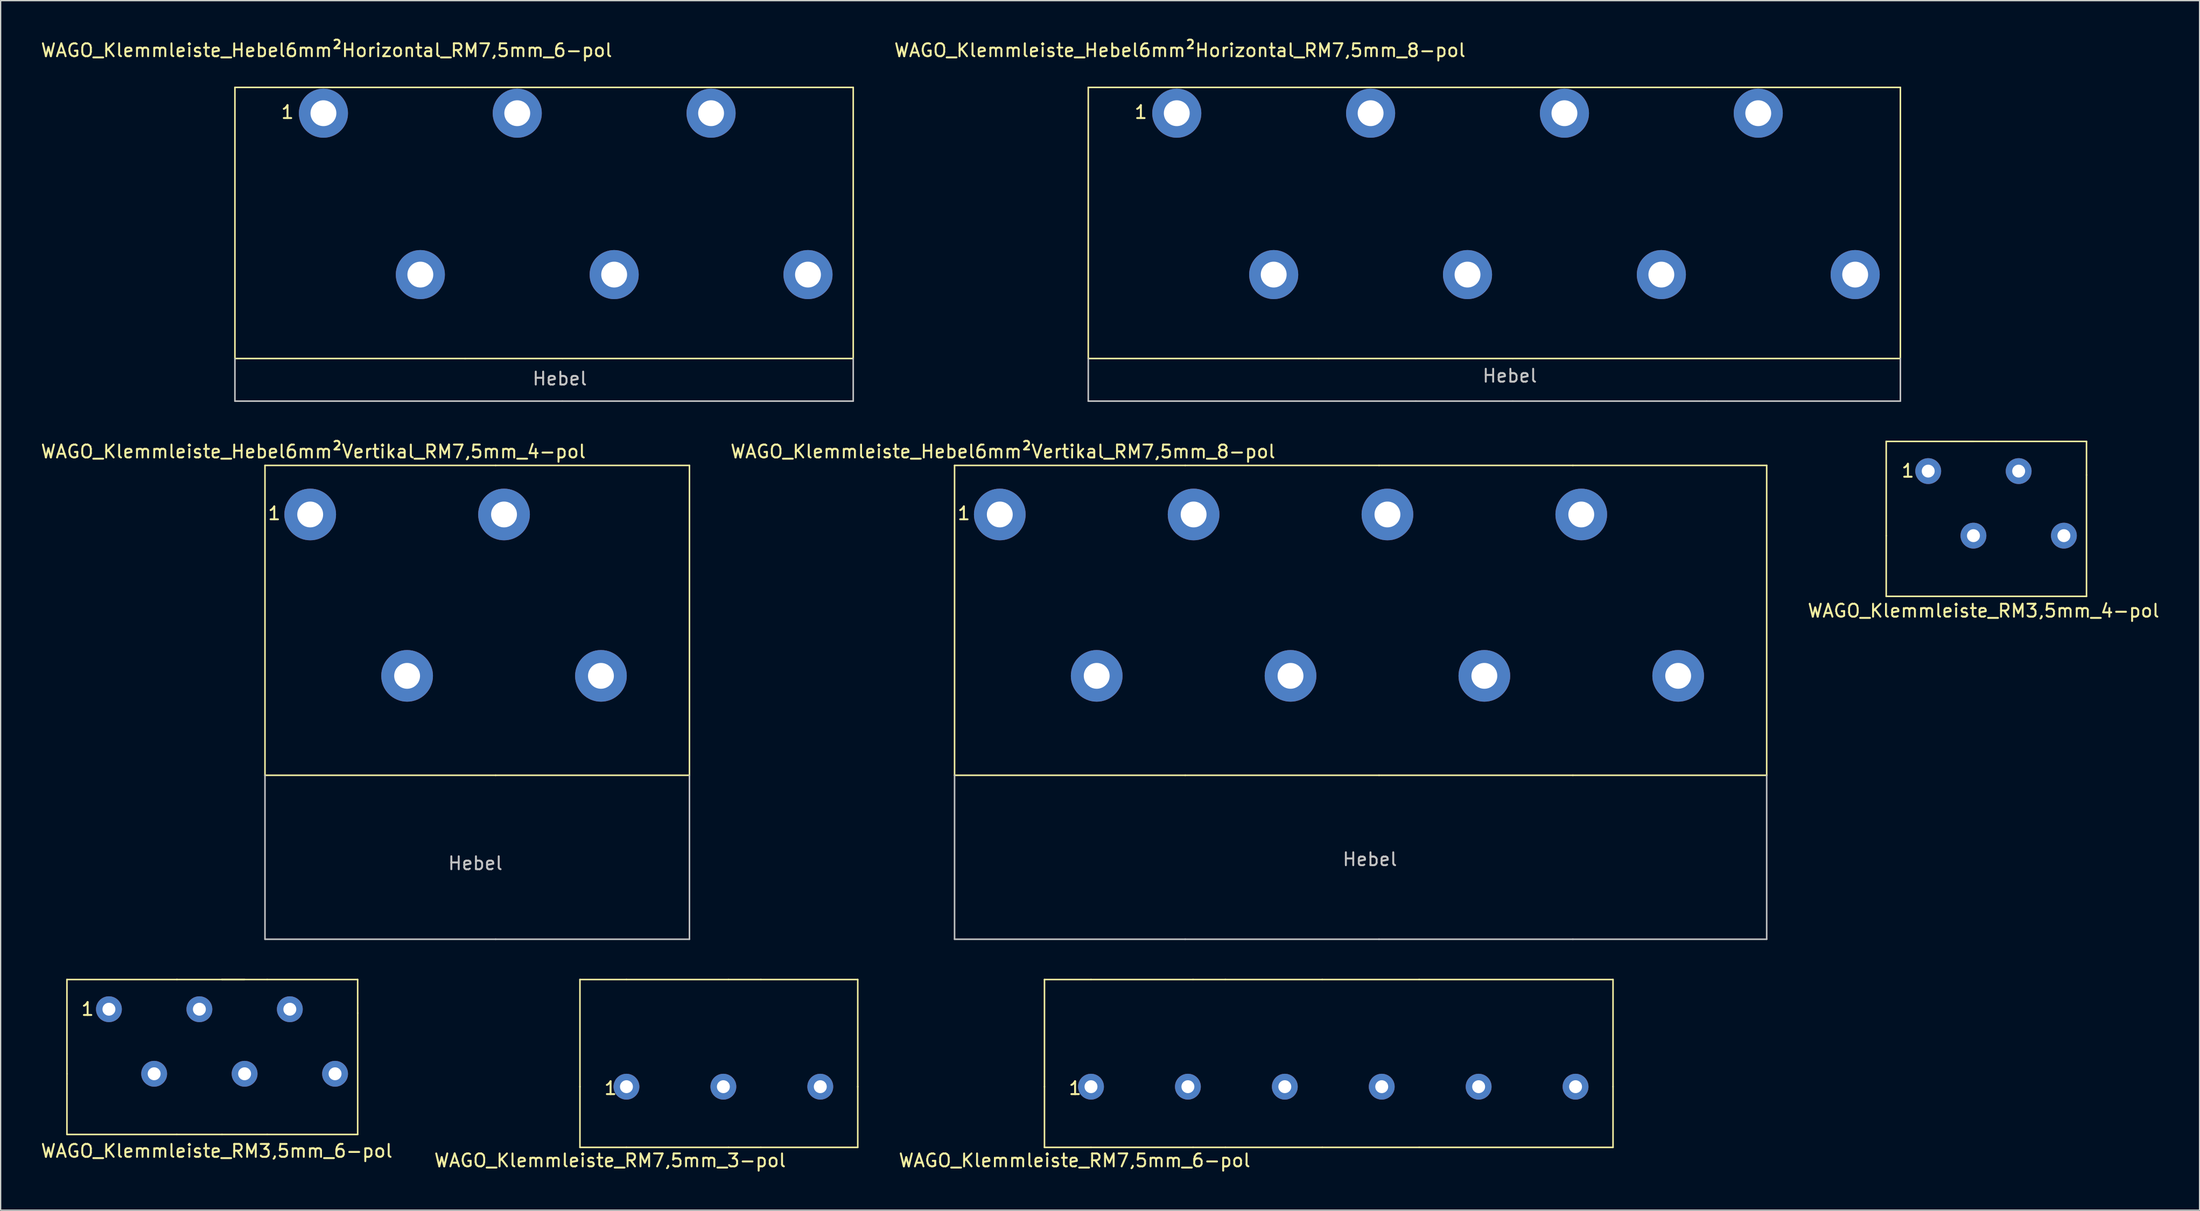
<source format=kicad_pcb>
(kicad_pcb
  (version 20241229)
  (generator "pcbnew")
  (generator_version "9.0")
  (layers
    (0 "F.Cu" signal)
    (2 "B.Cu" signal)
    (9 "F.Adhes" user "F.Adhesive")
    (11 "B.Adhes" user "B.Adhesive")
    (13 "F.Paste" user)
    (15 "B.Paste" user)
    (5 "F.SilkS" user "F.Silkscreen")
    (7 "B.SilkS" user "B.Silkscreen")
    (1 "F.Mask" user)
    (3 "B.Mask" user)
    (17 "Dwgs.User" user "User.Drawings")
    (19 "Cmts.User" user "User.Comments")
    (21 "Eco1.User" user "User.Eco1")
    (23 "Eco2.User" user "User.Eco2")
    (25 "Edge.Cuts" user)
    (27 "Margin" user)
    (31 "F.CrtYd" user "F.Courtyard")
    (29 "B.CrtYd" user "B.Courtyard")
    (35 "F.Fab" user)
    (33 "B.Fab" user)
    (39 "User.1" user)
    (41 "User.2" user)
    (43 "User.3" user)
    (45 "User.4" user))
  (footprint "WAGO_Klemmleiste_RM7,5mm_3-pol"
    (layer "F.Cu")
    (at 45.431 81.117)
    (property "Reference" "WAGO_Klemmleiste_RM7,5mm_3-pol" (at -1.27 5.715 0) (layer "F.SilkS") (effects (font (size 1 1) (thickness 0.15))))
    (attr through_hole)
    (fp_line (start -3.6 -8.3) (end -3.6 0) (stroke (width 0.12) (type solid)) (layer "F.SilkS"))
    (fp_line (start -3.6 4.7) (end -3.6 0) (stroke (width 0.12) (type solid)) (layer "F.SilkS"))
    (fp_line (start 0 -8.3) (end -3.6 -8.3) (stroke (width 0.12) (type solid)) (layer "F.SilkS"))
    (fp_line (start 0 -8.3) (end 7.9 -8.3) (stroke (width 0.12) (type solid)) (layer "F.SilkS"))
    (fp_line (start 0 4.7) (end -3.6 4.7) (stroke (width 0.12) (type solid)) (layer "F.SilkS"))
    (fp_line (start 0 4.7) (end 7.9 4.7) (stroke (width 0.12) (type solid)) (layer "F.SilkS"))
    (fp_line (start 7.9 -8.3) (end 10.4 -8.3) (stroke (width 0.12) (type solid)) (layer "F.SilkS"))
    (fp_line (start 7.9 4.7) (end 10.4 4.7) (stroke (width 0.12) (type solid)) (layer "F.SilkS"))
    (fp_line (start 10.4 -8.3) (end 17.9 -8.3) (stroke (width 0.12) (type solid)) (layer "F.SilkS"))
    (fp_line (start 10.4 4.7) (end 17.9 4.7) (stroke (width 0.12) (type solid)) (layer "F.SilkS"))
    (fp_line (start 17.9 -8.3) (end 17.9 0) (stroke (width 0.12) (type solid)) (layer "F.SilkS"))
    (fp_line (start 17.9 4.7) (end 17.9 0) (stroke (width 0.12) (type solid)) (layer "F.SilkS"))
    (fp_text user "1" (at -1.23 0.12 0) (layer "F.SilkS") (effects (font (size 1 1) (thickness 0.15))))
    (pad "1" thru_hole circle (at 0 0) (size 2 2) (drill 1) (layers "*.Cu" "*.Mask"))
    (pad "2" thru_hole circle (at 7.5 0) (size 2 2) (drill 1) (layers "*.Cu" "*.Mask"))
    (pad "3" thru_hole circle (at 15 0) (size 2 2) (drill 1) (layers "*.Cu" "*.Mask")))
  (footprint "WAGO_Klemmleiste_Hebel6mm²Vertikal_RM7,5mm_8-pol"
    (layer "F.Cu")
    (at 74.323 36.797)
    (property "Reference" "WAGO_Klemmleiste_Hebel6mm²Vertikal_RM7,5mm_8-pol" (at 0.24 -4.87 0) (layer "F.SilkS") (effects (font (size 1 1) (thickness 0.15))))
    (attr through_hole)
    (fp_line (start -3.5 -3.8) (end -3.5 20.2) (stroke (width 0.12) (type solid)) (layer "F.SilkS"))
    (fp_line (start -3.5 20.2) (end 14.35 20.2) (stroke (width 0.12) (type solid)) (layer "F.SilkS"))
    (fp_line (start 14.35 -3.8) (end -3.5 -3.8) (stroke (width 0.12) (type solid)) (layer "F.SilkS"))
    (fp_line (start 14.35 -3.8) (end 29.35 -3.8) (stroke (width 0.12) (type solid)) (layer "F.SilkS"))
    (fp_line (start 29.35 -3.8) (end 44.35 -3.8) (stroke (width 0.12) (type solid)) (layer "F.SilkS"))
    (fp_line (start 29.35 20.2) (end 14.35 20.2) (stroke (width 0.12) (type solid)) (layer "F.SilkS"))
    (fp_line (start 44.35 -3.8) (end 59.35 -3.8) (stroke (width 0.12) (type solid)) (layer "F.SilkS"))
    (fp_line (start 44.35 20.2) (end 29.35 20.2) (stroke (width 0.12) (type solid)) (layer "F.SilkS"))
    (fp_line (start 59.35 -3.8) (end 59.35 20.2) (stroke (width 0.12) (type solid)) (layer "F.SilkS"))
    (fp_line (start 59.35 20.2) (end 44.35 20.2) (stroke (width 0.12) (type solid)) (layer "F.SilkS"))
    (fp_line (start -3.5 20.2) (end -3.5 32.9) (stroke (width 0.12) (type solid)) (layer "Dwgs.User"))
    (fp_line (start -3.5 32.9) (end 14.35 32.9) (stroke (width 0.12) (type solid)) (layer "Dwgs.User"))
    (fp_line (start 29.35 32.9) (end 14.35 32.9) (stroke (width 0.12) (type solid)) (layer "Dwgs.User"))
    (fp_line (start 29.35 32.9) (end 44.35 32.9) (stroke (width 0.12) (type solid)) (layer "Dwgs.User"))
    (fp_line (start 59.35 20.2) (end 59.35 32.9) (stroke (width 0.12) (type solid)) (layer "Dwgs.User"))
    (fp_line (start 59.35 32.9) (end 44.35 32.9) (stroke (width 0.12) (type solid)) (layer "Dwgs.User"))
    (fp_text user "1" (at -2.78 -0.08 0) (layer "F.SilkS") (effects (font (size 1 1) (thickness 0.15))))
    (fp_text user "Hebel" (at 28.64 26.71 0) (layer "Dwgs.User") (effects (font (size 1 1) (thickness 0.15))))
    (pad "1" thru_hole circle (at 0 0) (size 4 4) (drill 2) (layers "*.Cu" "*.Mask"))
    (pad "2" thru_hole circle (at 7.5 12.5) (size 4 4) (drill 2) (layers "*.Cu" "*.Mask"))
    (pad "3" thru_hole circle (at 15 0) (size 4 4) (drill 2) (layers "*.Cu" "*.Mask"))
    (pad "4" thru_hole circle (at 22.5 12.5) (size 4 4) (drill 2) (layers "*.Cu" "*.Mask"))
    (pad "5" thru_hole circle (at 30 0) (size 4 4) (drill 2) (layers "*.Cu" "*.Mask"))
    (pad "6" thru_hole circle (at 37.5 12.5) (size 4 4) (drill 2) (layers "*.Cu" "*.Mask"))
    (pad "7" thru_hole circle (at 45 0) (size 4 4) (drill 2) (layers "*.Cu" "*.Mask"))
    (pad "8" thru_hole circle (at 52.5 12.5) (size 4 4) (drill 2) (layers "*.Cu" "*.Mask")))
  (footprint "WAGO_Klemmleiste_RM3,5mm_4-pol"
    (layer "F.Cu")
    (at 146.173 33.438)
    (property "Reference" "WAGO_Klemmleiste_RM3,5mm_4-pol" (at 4.28 10.82 0) (layer "F.SilkS") (effects (font (size 1 1) (thickness 0.15))))
    (attr through_hole)
    (fp_line (start -3.25 -2.3) (end 1.75 -2.3) (stroke (width 0.12) (type solid)) (layer "F.SilkS"))
    (fp_line (start -3.25 5) (end -3.25 -2.3) (stroke (width 0.12) (type solid)) (layer "F.SilkS"))
    (fp_line (start -3.25 5) (end -3.25 9.7) (stroke (width 0.12) (type solid)) (layer "F.SilkS"))
    (fp_line (start -3.25 9.7) (end 1.75 9.7) (stroke (width 0.12) (type solid)) (layer "F.SilkS"))
    (fp_line (start 1.75 -2.3) (end 3.5 -2.3) (stroke (width 0.12) (type solid)) (layer "F.SilkS"))
    (fp_line (start 5.25 -2.3) (end 1.75 -2.3) (stroke (width 0.12) (type solid)) (layer "F.SilkS"))
    (fp_line (start 5.25 -2.3) (end 12.25 -2.3) (stroke (width 0.12) (type solid)) (layer "F.SilkS"))
    (fp_line (start 5.25 9.7) (end 1.75 9.7) (stroke (width 0.12) (type solid)) (layer "F.SilkS"))
    (fp_line (start 12.25 0.3) (end 12.25 -2.3) (stroke (width 0.12) (type solid)) (layer "F.SilkS"))
    (fp_line (start 12.25 9.7) (end 5.25 9.7) (stroke (width 0.12) (type solid)) (layer "F.SilkS"))
    (fp_line (start 12.25 9.7) (end 12.25 0.3) (stroke (width 0.12) (type solid)) (layer "F.SilkS"))
    (fp_text user "1" (at -1.57 -0.02 0) (layer "F.SilkS") (effects (font (size 1 1) (thickness 0.15))))
    (pad "1" thru_hole circle (at 0 0) (size 2 2) (drill 1) (layers "*.Cu" "*.Mask"))
    (pad "2" thru_hole circle (at 3.5 5) (size 2 2) (drill 1) (layers "*.Cu" "*.Mask"))
    (pad "3" thru_hole circle (at 7 0) (size 2 2) (drill 1) (layers "*.Cu" "*.Mask"))
    (pad "4" thru_hole circle (at 10.5 5) (size 2 2) (drill 1) (layers "*.Cu" "*.Mask")))
  (footprint "WAGO_Klemmleiste_Hebel6mm²Horizontal_RM7,5mm_6-pol"
    (layer "F.Cu")
    (at 21.98 5.718)
    (property "Reference" "WAGO_Klemmleiste_Hebel6mm²Horizontal_RM7,5mm_6-pol" (at 0.24 -4.87 0) (layer "F.SilkS") (effects (font (size 1 1) (thickness 0.15))))
    (attr through_hole)
    (fp_line (start -6.85 -2) (end -6.85 19) (stroke (width 0.12) (type solid)) (layer "F.SilkS"))
    (fp_line (start -6.85 -2) (end 10.95 -2) (stroke (width 0.12) (type solid)) (layer "F.SilkS"))
    (fp_line (start -6.85 19) (end 11 19) (stroke (width 0.12) (type solid)) (layer "F.SilkS"))
    (fp_line (start 18.5 -2) (end 10.95 -2) (stroke (width 0.12) (type solid)) (layer "F.SilkS"))
    (fp_line (start 18.5 -2) (end 26 -2) (stroke (width 0.12) (type solid)) (layer "F.SilkS"))
    (fp_line (start 18.5 19) (end 10.95 19) (stroke (width 0.12) (type solid)) (layer "F.SilkS"))
    (fp_line (start 26 -2) (end 41 -2) (stroke (width 0.12) (type solid)) (layer "F.SilkS"))
    (fp_line (start 26 19) (end 18.5 19) (stroke (width 0.12) (type solid)) (layer "F.SilkS"))
    (fp_line (start 41 -2) (end 41 19) (stroke (width 0.12) (type solid)) (layer "F.SilkS"))
    (fp_line (start 41 19) (end 26 19) (stroke (width 0.12) (type solid)) (layer "F.SilkS"))
    (fp_line (start -6.85 19) (end -6.85 22.3) (stroke (width 0.12) (type solid)) (layer "Dwgs.User"))
    (fp_line (start -6.85 22.3) (end 18.5 22.3) (stroke (width 0.12) (type solid)) (layer "Dwgs.User"))
    (fp_line (start 26 22.3) (end 18.5 22.3) (stroke (width 0.12) (type solid)) (layer "Dwgs.User"))
    (fp_line (start 26 22.3) (end 41 22.3) (stroke (width 0.12) (type solid)) (layer "Dwgs.User"))
    (fp_line (start 41 22.3) (end 41 19) (stroke (width 0.12) (type solid)) (layer "Dwgs.User"))
    (fp_text user "1" (at -2.78 -0.08 0) (layer "F.SilkS") (effects (font (size 1 1) (thickness 0.15))))
    (fp_text user "Hebel" (at 18.29 20.56 0) (layer "Dwgs.User") (effects (font (size 1 1) (thickness 0.15))))
    (pad "1" thru_hole circle (at 0 0) (size 3.8 3.8) (drill 2) (layers "*.Cu" "*.Mask"))
    (pad "2" thru_hole circle (at 7.5 12.5) (size 3.8 3.8) (drill 2) (layers "*.Cu" "*.Mask"))
    (pad "3" thru_hole circle (at 15 0) (size 3.8 3.8) (drill 2) (layers "*.Cu" "*.Mask"))
    (pad "4" thru_hole circle (at 22.5 12.5) (size 3.8 3.8) (drill 2) (layers "*.Cu" "*.Mask"))
    (pad "5" thru_hole circle (at 30 0) (size 3.8 3.8) (drill 2) (layers "*.Cu" "*.Mask"))
    (pad "6" thru_hole circle (at 37.5 12.5) (size 3.8 3.8) (drill 2) (layers "*.Cu" "*.Mask")))
  (footprint "WAGO_Klemmleiste_RM7,5mm_6-pol"
    (layer "F.Cu")
    (at 81.381 81.117)
    (property "Reference" "WAGO_Klemmleiste_RM7,5mm_6-pol" (at -1.27 5.715 0) (layer "F.SilkS") (effects (font (size 1 1) (thickness 0.15))))
    (attr through_hole)
    (fp_line (start -3.6 -8.3) (end -3.6 0) (stroke (width 0.12) (type solid)) (layer "F.SilkS"))
    (fp_line (start -3.6 4.7) (end -3.6 0) (stroke (width 0.12) (type solid)) (layer "F.SilkS"))
    (fp_line (start 0 -8.3) (end -3.6 -8.3) (stroke (width 0.12) (type solid)) (layer "F.SilkS"))
    (fp_line (start 0 -8.3) (end 7.9 -8.3) (stroke (width 0.12) (type solid)) (layer "F.SilkS"))
    (fp_line (start 0 4.7) (end -3.6 4.7) (stroke (width 0.12) (type solid)) (layer "F.SilkS"))
    (fp_line (start 0 4.7) (end 7.9 4.7) (stroke (width 0.12) (type solid)) (layer "F.SilkS"))
    (fp_line (start 7.9 -8.3) (end 10.4 -8.3) (stroke (width 0.12) (type solid)) (layer "F.SilkS"))
    (fp_line (start 7.9 4.7) (end 10.4 4.7) (stroke (width 0.12) (type solid)) (layer "F.SilkS"))
    (fp_line (start 10.4 -8.3) (end 17.9 -8.3) (stroke (width 0.12) (type solid)) (layer "F.SilkS"))
    (fp_line (start 10.4 4.7) (end 17.9 4.7) (stroke (width 0.12) (type solid)) (layer "F.SilkS"))
    (fp_line (start 17.9 -8.3) (end 25.4 -8.3) (stroke (width 0.12) (type solid)) (layer "F.SilkS"))
    (fp_line (start 17.9 4.7) (end 25.4 4.7) (stroke (width 0.12) (type solid)) (layer "F.SilkS"))
    (fp_line (start 25.4 -8.3) (end 40.4 -8.3) (stroke (width 0.12) (type solid)) (layer "F.SilkS"))
    (fp_line (start 25.4 4.7) (end 40.4 4.7) (stroke (width 0.12) (type solid)) (layer "F.SilkS"))
    (fp_line (start 40.4 -8.3) (end 40.4 0) (stroke (width 0.12) (type solid)) (layer "F.SilkS"))
    (fp_line (start 40.4 4.7) (end 40.4 0) (stroke (width 0.12) (type solid)) (layer "F.SilkS"))
    (fp_text user "1" (at -1.23 0.12 0) (layer "F.SilkS") (effects (font (size 1 1) (thickness 0.15))))
    (pad "1" thru_hole circle (at 0 0) (size 2 2) (drill 1) (layers "*.Cu" "*.Mask"))
    (pad "2" thru_hole circle (at 7.5 0) (size 2 2) (drill 1) (layers "*.Cu" "*.Mask"))
    (pad "3" thru_hole circle (at 15 0) (size 2 2) (drill 1) (layers "*.Cu" "*.Mask"))
    (pad "4" thru_hole circle (at 22.5 0) (size 2 2) (drill 1) (layers "*.Cu" "*.Mask"))
    (pad "5" thru_hole circle (at 30 0) (size 2 2) (drill 1) (layers "*.Cu" "*.Mask"))
    (pad "6" thru_hole circle (at 37.5 0) (size 2 2) (drill 1) (layers "*.Cu" "*.Mask")))
  (footprint "WAGO_Klemmleiste_RM3,5mm_6-pol"
    (layer "F.Cu")
    (at 5.38 75.117)
    (property "Reference" "WAGO_Klemmleiste_RM3,5mm_6-pol" (at 8.34 10.98 0) (layer "F.SilkS") (effects (font (size 1 1) (thickness 0.15))))
    (attr through_hole)
    (fp_line (start -3.25 -2.3) (end 5.25 -2.3) (stroke (width 0.12) (type solid)) (layer "F.SilkS"))
    (fp_line (start -3.25 5) (end -3.25 -2.3) (stroke (width 0.12) (type solid)) (layer "F.SilkS"))
    (fp_line (start -3.25 5) (end -3.25 9.7) (stroke (width 0.12) (type solid)) (layer "F.SilkS"))
    (fp_line (start -3.25 9.7) (end 5.25 9.7) (stroke (width 0.12) (type solid)) (layer "F.SilkS"))
    (fp_line (start 5.275 -2.3) (end 5.25 -2.3) (stroke (width 0.12) (type solid)) (layer "F.SilkS"))
    (fp_line (start 8.75 -2.3) (end 5.275 -2.3) (stroke (width 0.12) (type solid)) (layer "F.SilkS"))
    (fp_line (start 8.75 -2.3) (end 10.5 -2.3) (stroke (width 0.12) (type solid)) (layer "F.SilkS"))
    (fp_line (start 8.75 9.7) (end 5.25 9.7) (stroke (width 0.12) (type solid)) (layer "F.SilkS"))
    (fp_line (start 12.25 -2.3) (end 8.75 -2.3) (stroke (width 0.12) (type solid)) (layer "F.SilkS"))
    (fp_line (start 12.25 -2.3) (end 19.25 -2.3) (stroke (width 0.12) (type solid)) (layer "F.SilkS"))
    (fp_line (start 12.25 9.7) (end 8.75 9.7) (stroke (width 0.12) (type solid)) (layer "F.SilkS"))
    (fp_line (start 19.25 0.3) (end 19.25 -2.3) (stroke (width 0.12) (type solid)) (layer "F.SilkS"))
    (fp_line (start 19.25 9.7) (end 12.25 9.7) (stroke (width 0.12) (type solid)) (layer "F.SilkS"))
    (fp_line (start 19.25 9.7) (end 19.25 0.3) (stroke (width 0.12) (type solid)) (layer "F.SilkS"))
    (fp_text user "1" (at -1.65 -0.01 0) (layer "F.SilkS") (effects (font (size 1 1) (thickness 0.15))))
    (pad "1" thru_hole circle (at 0 0) (size 2 2) (drill 1) (layers "*.Cu" "*.Mask"))
    (pad "2" thru_hole circle (at 3.5 5) (size 2 2) (drill 1) (layers "*.Cu" "*.Mask"))
    (pad "3" thru_hole circle (at 7 0) (size 2 2) (drill 1) (layers "*.Cu" "*.Mask"))
    (pad "4" thru_hole circle (at 10.5 5) (size 2 2) (drill 1) (layers "*.Cu" "*.Mask"))
    (pad "5" thru_hole circle (at 14 0) (size 2 2) (drill 1) (layers "*.Cu" "*.Mask"))
    (pad "6" thru_hole circle (at 17.5 5) (size 2 2) (drill 1) (layers "*.Cu" "*.Mask")))
  (footprint "WAGO_Klemmleiste_Hebel6mm²Horizontal_RM7,5mm_8-pol"
    (layer "F.Cu")
    (at 88.02 5.718)
    (property "Reference" "WAGO_Klemmleiste_Hebel6mm²Horizontal_RM7,5mm_8-pol" (at 0.24 -4.87 0) (layer "F.SilkS") (effects (font (size 1 1) (thickness 0.15))))
    (attr through_hole)
    (fp_line (start -6.85 -2) (end -6.85 19) (stroke (width 0.12) (type solid)) (layer "F.SilkS"))
    (fp_line (start -6.85 -2) (end 10.95 -2) (stroke (width 0.12) (type solid)) (layer "F.SilkS"))
    (fp_line (start -6.85 19) (end 11 19) (stroke (width 0.12) (type solid)) (layer "F.SilkS"))
    (fp_line (start 18.5 -2) (end 10.95 -2) (stroke (width 0.12) (type solid)) (layer "F.SilkS"))
    (fp_line (start 18.5 -2) (end 26 -2) (stroke (width 0.12) (type solid)) (layer "F.SilkS"))
    (fp_line (start 18.5 19) (end 10.95 19) (stroke (width 0.12) (type solid)) (layer "F.SilkS"))
    (fp_line (start 26 -2) (end 41 -2) (stroke (width 0.12) (type solid)) (layer "F.SilkS"))
    (fp_line (start 26 19) (end 18.5 19) (stroke (width 0.12) (type solid)) (layer "F.SilkS"))
    (fp_line (start 41 -2) (end 56 -2) (stroke (width 0.12) (type solid)) (layer "F.SilkS"))
    (fp_line (start 41 19) (end 26 19) (stroke (width 0.12) (type solid)) (layer "F.SilkS"))
    (fp_line (start 56 -2) (end 56 19) (stroke (width 0.12) (type solid)) (layer "F.SilkS"))
    (fp_line (start 56 19) (end 41 19) (stroke (width 0.12) (type solid)) (layer "F.SilkS"))
    (fp_line (start -6.85 19) (end -6.85 22.3) (stroke (width 0.12) (type solid)) (layer "Dwgs.User"))
    (fp_line (start -6.85 22.3) (end 18.5 22.3) (stroke (width 0.12) (type solid)) (layer "Dwgs.User"))
    (fp_line (start 26 22.3) (end 18.5 22.3) (stroke (width 0.12) (type solid)) (layer "Dwgs.User"))
    (fp_line (start 26 22.3) (end 41 22.3) (stroke (width 0.12) (type solid)) (layer "Dwgs.User"))
    (fp_line (start 56 19) (end 56 22.3) (stroke (width 0.12) (type solid)) (layer "Dwgs.User"))
    (fp_line (start 56 22.3) (end 41 22.3) (stroke (width 0.12) (type solid)) (layer "Dwgs.User"))
    (fp_text user "1" (at -2.78 -0.08 0) (layer "F.SilkS") (effects (font (size 1 1) (thickness 0.15))))
    (fp_text user "Hebel" (at 25.77 20.34 0) (layer "Dwgs.User") (effects (font (size 1 1) (thickness 0.15))))
    (pad "1" thru_hole circle (at 0 0) (size 3.8 3.8) (drill 2) (layers "*.Cu" "*.Mask"))
    (pad "2" thru_hole circle (at 7.5 12.5) (size 3.8 3.8) (drill 2) (layers "*.Cu" "*.Mask"))
    (pad "3" thru_hole circle (at 15 0) (size 3.8 3.8) (drill 2) (layers "*.Cu" "*.Mask"))
    (pad "4" thru_hole circle (at 22.5 12.5) (size 3.8 3.8) (drill 2) (layers "*.Cu" "*.Mask"))
    (pad "5" thru_hole circle (at 30 0) (size 3.8 3.8) (drill 2) (layers "*.Cu" "*.Mask"))
    (pad "6" thru_hole circle (at 37.5 12.5) (size 3.8 3.8) (drill 2) (layers "*.Cu" "*.Mask"))
    (pad "7" thru_hole circle (at 45 0) (size 3.8 3.8) (drill 2) (layers "*.Cu" "*.Mask"))
    (pad "8" thru_hole circle (at 52.5 12.5) (size 3.8 3.8) (drill 2) (layers "*.Cu" "*.Mask")))
  (footprint "WAGO_Klemmleiste_Hebel6mm²Vertikal_RM7,5mm_4-pol"
    (layer "F.Cu")
    (at 20.956 36.797)
    (property "Reference" "WAGO_Klemmleiste_Hebel6mm²Vertikal_RM7,5mm_4-pol" (at 0.24 -4.87 0) (layer "F.SilkS") (effects (font (size 1 1) (thickness 0.15))))
    (attr through_hole)
    (fp_line (start -3.5 -3.8) (end -3.5 20.2) (stroke (width 0.12) (type solid)) (layer "F.SilkS"))
    (fp_line (start -3.5 20.2) (end 14.35 20.2) (stroke (width 0.12) (type solid)) (layer "F.SilkS"))
    (fp_line (start 14.35 -3.8) (end -3.5 -3.8) (stroke (width 0.12) (type solid)) (layer "F.SilkS"))
    (fp_line (start 14.35 -3.8) (end 29.35 -3.8) (stroke (width 0.12) (type solid)) (layer "F.SilkS"))
    (fp_line (start 29.35 -3.8) (end 29.35 20.2) (stroke (width 0.12) (type solid)) (layer "F.SilkS"))
    (fp_line (start 29.35 20.2) (end 14.35 20.2) (stroke (width 0.12) (type solid)) (layer "F.SilkS"))
    (fp_line (start -3.5 20.2) (end -3.5 32.9) (stroke (width 0.12) (type solid)) (layer "Dwgs.User"))
    (fp_line (start -3.5 32.9) (end 14.35 32.9) (stroke (width 0.12) (type solid)) (layer "Dwgs.User"))
    (fp_line (start 29.35 20.2) (end 29.35 32.9) (stroke (width 0.12) (type solid)) (layer "Dwgs.User"))
    (fp_line (start 29.35 32.9) (end 14.35 32.9) (stroke (width 0.12) (type solid)) (layer "Dwgs.User"))
    (fp_text user "1" (at -2.78 -0.08 0) (layer "F.SilkS") (effects (font (size 1 1) (thickness 0.15))))
    (fp_text user "Hebel" (at 12.78 27.02 0) (layer "Dwgs.User") (effects (font (size 1 1) (thickness 0.15))))
    (pad "1" thru_hole circle (at 0 0) (size 4 4) (drill 2) (layers "*.Cu" "*.Mask"))
    (pad "2" thru_hole circle (at 7.5 12.5) (size 4 4) (drill 2) (layers "*.Cu" "*.Mask"))
    (pad "3" thru_hole circle (at 15 0) (size 4 4) (drill 2) (layers "*.Cu" "*.Mask"))
    (pad "4" thru_hole circle (at 22.5 12.5) (size 4 4) (drill 2) (layers "*.Cu" "*.Mask")))
  (gr_rect
    (start -3 -3)
    (end 167.173 90.68)
    (stroke (width 0.1) (type default))
    (fill no)
    (layer "Edge.Cuts")))
</source>
